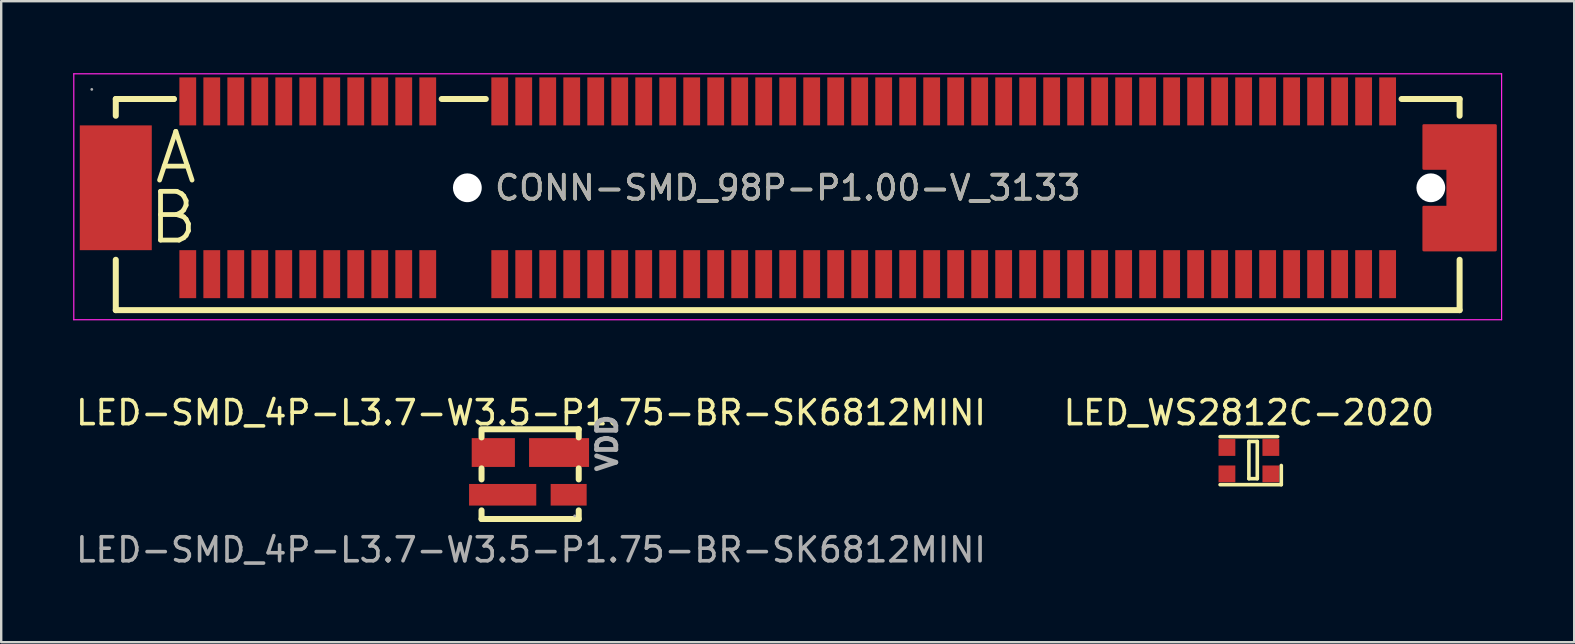
<source format=kicad_pcb>
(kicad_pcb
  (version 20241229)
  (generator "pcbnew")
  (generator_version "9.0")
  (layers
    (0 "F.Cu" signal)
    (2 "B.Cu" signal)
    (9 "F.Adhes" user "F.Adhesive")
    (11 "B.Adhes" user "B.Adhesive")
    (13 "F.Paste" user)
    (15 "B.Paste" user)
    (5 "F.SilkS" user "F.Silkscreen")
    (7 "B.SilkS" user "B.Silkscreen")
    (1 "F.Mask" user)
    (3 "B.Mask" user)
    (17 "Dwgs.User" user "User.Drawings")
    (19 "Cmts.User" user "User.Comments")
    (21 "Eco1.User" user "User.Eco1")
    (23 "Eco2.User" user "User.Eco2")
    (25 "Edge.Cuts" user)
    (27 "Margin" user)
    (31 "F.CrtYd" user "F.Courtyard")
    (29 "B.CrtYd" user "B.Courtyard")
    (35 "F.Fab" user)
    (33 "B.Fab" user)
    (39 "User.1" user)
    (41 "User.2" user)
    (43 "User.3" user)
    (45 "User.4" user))
  (footprint "CONN-SMD_98P-P1.00-V_3133"
    (layer "F.Cu")
    (at 29.775 4.775)
    (property "Reference" "CONN-SMD_98P-P1.00-V_3133" (at 0 0 0) (layer "F.SilkS") (effects (font (size 1 1) (thickness 0.15))))
    (attr smd)
    (fp_line (start -28 -3.7) (end -28 -3) (stroke (width 0.25) (type solid)) (layer "F.SilkS"))
    (fp_line (start -28 -3.7) (end -25.58 -3.7) (stroke (width 0.25) (type solid)) (layer "F.SilkS"))
    (fp_line (start -28 5.1) (end -28 3) (stroke (width 0.25) (type solid)) (layer "F.SilkS"))
    (fp_line (start -28 5.1) (end 28 5.1) (stroke (width 0.25) (type solid)) (layer "F.SilkS"))
    (fp_line (start -25.71 -3.7) (end -25.58 -3.7) (stroke (width 0.25) (type solid)) (layer "F.SilkS"))
    (fp_line (start -14.42 -3.7) (end -12.58 -3.7) (stroke (width 0.25) (type solid)) (layer "F.SilkS"))
    (fp_line (start 25.58 -3.7) (end 28 -3.7) (stroke (width 0.25) (type solid)) (layer "F.SilkS"))
    (fp_line (start 28 -3.7) (end 28 -3) (stroke (width 0.25) (type solid)) (layer "F.SilkS"))
    (fp_line (start 28 5.1) (end 28 3) (stroke (width 0.25) (type solid)) (layer "F.SilkS"))
    (fp_circle (center -13.35 0) (end -13.1 0) (stroke (width 0.5) (type solid)) (fill no) (layer "Cmts.User"))
    (fp_circle (center 26.8 0) (end 27.05 0) (stroke (width 0.5) (type solid)) (fill no) (layer "Cmts.User"))
    (fp_line (start -29.75 -4.75) (end -29.75 5.5) (stroke (width 0.05) (type default)) (layer "F.CrtYd"))
    (fp_line (start -29.75 -4.75) (end 29.75 -4.75) (stroke (width 0.05) (type default)) (layer "F.CrtYd"))
    (fp_line (start 29.75 -4.75) (end 29.75 5.5) (stroke (width 0.05) (type default)) (layer "F.CrtYd"))
    (fp_line (start 29.75 5.5) (end -29.75 5.5) (stroke (width 0.05) (type default)) (layer "F.CrtYd"))
    (fp_circle (center -29 -4.1) (end -28.97 -4.1) (stroke (width 0.06) (type solid)) (fill no) (layer "F.Fab"))
    (fp_text user "B" (at -26.75 1.25 0) (layer "F.SilkS") (effects (font (size 2.03 2.03) (thickness 0.2)) (justify left)))
    (fp_text user "A" (at -26.5 -1.25 0) (layer "F.SilkS") (effects (font (size 2.03 2.03) (thickness 0.2)) (justify left)))
    (fp_text user "${REFERENCE}" (at 0 0 0) (layer "F.Fab") (effects (font (size 1 1) (thickness 0.15))))
    (pad "" np_thru_hole circle (at -13.35 0) (size 1.2 1.2) (drill 1.2) (layers "*.Cu" "*.Mask"))
    (pad "" np_thru_hole circle (at 26.8 0) (size 1.2 1.2) (drill 1.2) (layers "*.Cu" "*.Mask"))
    (pad "50" smd rect (at -28 0) (size 3 5.2) (layers "F.Cu" "F.Mask" "F.Paste"))
    (pad "51" smd custom (at 28 0) (size 0.01 0.01) (layers "F.Cu" "F.Mask" "F.Paste") (options (anchor circle)) (primitives (gr_poly (pts (xy -1.5 -2.6) (xy 1.5 -2.6) (xy 1.5 2.6) (xy -1.5 2.6) (xy -1.5 0.8) (xy -0.5 0.8) (xy -0.5 -0.8) (xy -1.5 -0.8)) (width 0.1) (fill yes))))
    (pad "A1" smd rect (at -25 -3.6) (size 0.7 2) (layers "F.Cu" "F.Mask" "F.Paste"))
    (pad "A2" smd rect (at -24 -3.6) (size 0.7 2) (layers "F.Cu" "F.Mask" "F.Paste"))
    (pad "A3" smd rect (at -23 -3.6) (size 0.7 2) (layers "F.Cu" "F.Mask" "F.Paste"))
    (pad "A4" smd rect (at -22 -3.6) (size 0.7 2) (layers "F.Cu" "F.Mask" "F.Paste"))
    (pad "A5" smd rect (at -21 -3.6) (size 0.7 2) (layers "F.Cu" "F.Mask" "F.Paste"))
    (pad "A6" smd rect (at -20 -3.6) (size 0.7 2) (layers "F.Cu" "F.Mask" "F.Paste"))
    (pad "A7" smd rect (at -19 -3.6) (size 0.7 2) (layers "F.Cu" "F.Mask" "F.Paste"))
    (pad "A8" smd rect (at -18 -3.6) (size 0.7 2) (layers "F.Cu" "F.Mask" "F.Paste"))
    (pad "A9" smd rect (at -17 -3.6) (size 0.7 2) (layers "F.Cu" "F.Mask" "F.Paste"))
    (pad "A10" smd rect (at -16 -3.6) (size 0.7 2) (layers "F.Cu" "F.Mask" "F.Paste"))
    (pad "A11" smd rect (at -15 -3.6) (size 0.7 2) (layers "F.Cu" "F.Mask" "F.Paste"))
    (pad "A12" smd rect (at -12 -3.6) (size 0.7 2) (layers "F.Cu" "F.Mask" "F.Paste"))
    (pad "A13" smd rect (at -11 -3.6) (size 0.7 2) (layers "F.Cu" "F.Mask" "F.Paste"))
    (pad "A14" smd rect (at -10 -3.6) (size 0.7 2) (layers "F.Cu" "F.Mask" "F.Paste"))
    (pad "A15" smd rect (at -9 -3.6) (size 0.7 2) (layers "F.Cu" "F.Mask" "F.Paste"))
    (pad "A16" smd rect (at -8 -3.6) (size 0.7 2) (layers "F.Cu" "F.Mask" "F.Paste"))
    (pad "A17" smd rect (at -7 -3.6) (size 0.7 2) (layers "F.Cu" "F.Mask" "F.Paste"))
    (pad "A18" smd rect (at -6 -3.6) (size 0.7 2) (layers "F.Cu" "F.Mask" "F.Paste"))
    (pad "A19" smd rect (at -5 -3.6) (size 0.7 2) (layers "F.Cu" "F.Mask" "F.Paste"))
    (pad "A20" smd rect (at -4 -3.6) (size 0.7 2) (layers "F.Cu" "F.Mask" "F.Paste"))
    (pad "A21" smd rect (at -3 -3.6) (size 0.7 2) (layers "F.Cu" "F.Mask" "F.Paste"))
    (pad "A22" smd rect (at -2 -3.6) (size 0.7 2) (layers "F.Cu" "F.Mask" "F.Paste"))
    (pad "A23" smd rect (at -1 -3.6) (size 0.7 2) (layers "F.Cu" "F.Mask" "F.Paste"))
    (pad "A24" smd rect (at 0 -3.6) (size 0.7 2) (layers "F.Cu" "F.Mask" "F.Paste"))
    (pad "A25" smd rect (at 1 -3.6) (size 0.7 2) (layers "F.Cu" "F.Mask" "F.Paste"))
    (pad "A26" smd rect (at 2 -3.6) (size 0.7 2) (layers "F.Cu" "F.Mask" "F.Paste"))
    (pad "A27" smd rect (at 3 -3.6) (size 0.7 2) (layers "F.Cu" "F.Mask" "F.Paste"))
    (pad "A28" smd rect (at 4 -3.6) (size 0.7 2) (layers "F.Cu" "F.Mask" "F.Paste"))
    (pad "A29" smd rect (at 5 -3.6) (size 0.7 2) (layers "F.Cu" "F.Mask" "F.Paste"))
    (pad "A30" smd rect (at 6 -3.6) (size 0.7 2) (layers "F.Cu" "F.Mask" "F.Paste"))
    (pad "A31" smd rect (at 7 -3.6) (size 0.7 2) (layers "F.Cu" "F.Mask" "F.Paste"))
    (pad "A32" smd rect (at 8 -3.6) (size 0.7 2) (layers "F.Cu" "F.Mask" "F.Paste"))
    (pad "A33" smd rect (at 9 -3.6) (size 0.7 2) (layers "F.Cu" "F.Mask" "F.Paste"))
    (pad "A34" smd rect (at 10 -3.6) (size 0.7 2) (layers "F.Cu" "F.Mask" "F.Paste"))
    (pad "A35" smd rect (at 11 -3.6) (size 0.7 2) (layers "F.Cu" "F.Mask" "F.Paste"))
    (pad "A36" smd rect (at 12 -3.6) (size 0.7 2) (layers "F.Cu" "F.Mask" "F.Paste"))
    (pad "A37" smd rect (at 13 -3.6) (size 0.7 2) (layers "F.Cu" "F.Mask" "F.Paste"))
    (pad "A38" smd rect (at 14 -3.6) (size 0.7 2) (layers "F.Cu" "F.Mask" "F.Paste"))
    (pad "A39" smd rect (at 15 -3.6) (size 0.7 2) (layers "F.Cu" "F.Mask" "F.Paste"))
    (pad "A40" smd rect (at 16 -3.6) (size 0.7 2) (layers "F.Cu" "F.Mask" "F.Paste"))
    (pad "A41" smd rect (at 17 -3.6) (size 0.7 2) (layers "F.Cu" "F.Mask" "F.Paste"))
    (pad "A42" smd rect (at 18 -3.6) (size 0.7 2) (layers "F.Cu" "F.Mask" "F.Paste"))
    (pad "A43" smd rect (at 19 -3.6) (size 0.7 2) (layers "F.Cu" "F.Mask" "F.Paste"))
    (pad "A44" smd rect (at 20 -3.6) (size 0.7 2) (layers "F.Cu" "F.Mask" "F.Paste"))
    (pad "A45" smd rect (at 21 -3.6) (size 0.7 2) (layers "F.Cu" "F.Mask" "F.Paste"))
    (pad "A46" smd rect (at 22 -3.6) (size 0.7 2) (layers "F.Cu" "F.Mask" "F.Paste"))
    (pad "A47" smd rect (at 23 -3.6) (size 0.7 2) (layers "F.Cu" "F.Mask" "F.Paste"))
    (pad "A48" smd rect (at 24 -3.6) (size 0.7 2) (layers "F.Cu" "F.Mask" "F.Paste"))
    (pad "A49" smd rect (at 25 -3.6) (size 0.7 2) (layers "F.Cu" "F.Mask" "F.Paste"))
    (pad "B1" smd rect (at -25 3.6) (size 0.7 2) (layers "F.Cu" "F.Mask" "F.Paste"))
    (pad "B2" smd rect (at -24 3.6) (size 0.7 2) (layers "F.Cu" "F.Mask" "F.Paste"))
    (pad "B3" smd rect (at -23 3.6) (size 0.7 2) (layers "F.Cu" "F.Mask" "F.Paste"))
    (pad "B4" smd rect (at -22 3.6) (size 0.7 2) (layers "F.Cu" "F.Mask" "F.Paste"))
    (pad "B5" smd rect (at -21 3.6) (size 0.7 2) (layers "F.Cu" "F.Mask" "F.Paste"))
    (pad "B6" smd rect (at -20 3.6) (size 0.7 2) (layers "F.Cu" "F.Mask" "F.Paste"))
    (pad "B7" smd rect (at -19 3.6) (size 0.7 2) (layers "F.Cu" "F.Mask" "F.Paste"))
    (pad "B8" smd rect (at -18 3.6) (size 0.7 2) (layers "F.Cu" "F.Mask" "F.Paste"))
    (pad "B9" smd rect (at -17 3.6) (size 0.7 2) (layers "F.Cu" "F.Mask" "F.Paste"))
    (pad "B10" smd rect (at -16 3.6) (size 0.7 2) (layers "F.Cu" "F.Mask" "F.Paste"))
    (pad "B11" smd rect (at -15 3.6) (size 0.7 2) (layers "F.Cu" "F.Mask" "F.Paste"))
    (pad "B12" smd rect (at -12 3.6) (size 0.7 2) (layers "F.Cu" "F.Mask" "F.Paste"))
    (pad "B13" smd rect (at -11 3.6) (size 0.7 2) (layers "F.Cu" "F.Mask" "F.Paste"))
    (pad "B14" smd rect (at -10 3.6) (size 0.7 2) (layers "F.Cu" "F.Mask" "F.Paste"))
    (pad "B15" smd rect (at -9 3.6) (size 0.7 2) (layers "F.Cu" "F.Mask" "F.Paste"))
    (pad "B16" smd rect (at -8 3.6) (size 0.7 2) (layers "F.Cu" "F.Mask" "F.Paste"))
    (pad "B17" smd rect (at -7 3.6) (size 0.7 2) (layers "F.Cu" "F.Mask" "F.Paste"))
    (pad "B18" smd rect (at -6 3.6) (size 0.7 2) (layers "F.Cu" "F.Mask" "F.Paste"))
    (pad "B19" smd rect (at -5 3.6) (size 0.7 2) (layers "F.Cu" "F.Mask" "F.Paste"))
    (pad "B20" smd rect (at -4 3.6) (size 0.7 2) (layers "F.Cu" "F.Mask" "F.Paste"))
    (pad "B21" smd rect (at -3 3.6) (size 0.7 2) (layers "F.Cu" "F.Mask" "F.Paste"))
    (pad "B22" smd rect (at -2 3.6) (size 0.7 2) (layers "F.Cu" "F.Mask" "F.Paste"))
    (pad "B23" smd rect (at -1 3.6) (size 0.7 2) (layers "F.Cu" "F.Mask" "F.Paste"))
    (pad "B24" smd rect (at 0 3.6) (size 0.7 2) (layers "F.Cu" "F.Mask" "F.Paste"))
    (pad "B25" smd rect (at 1 3.6) (size 0.7 2) (layers "F.Cu" "F.Mask" "F.Paste"))
    (pad "B26" smd rect (at 2 3.6) (size 0.7 2) (layers "F.Cu" "F.Mask" "F.Paste"))
    (pad "B27" smd rect (at 3 3.6) (size 0.7 2) (layers "F.Cu" "F.Mask" "F.Paste"))
    (pad "B28" smd rect (at 4 3.6) (size 0.7 2) (layers "F.Cu" "F.Mask" "F.Paste"))
    (pad "B29" smd rect (at 5 3.6) (size 0.7 2) (layers "F.Cu" "F.Mask" "F.Paste"))
    (pad "B30" smd rect (at 6 3.6) (size 0.7 2) (layers "F.Cu" "F.Mask" "F.Paste"))
    (pad "B31" smd rect (at 7 3.6) (size 0.7 2) (layers "F.Cu" "F.Mask" "F.Paste"))
    (pad "B32" smd rect (at 8 3.6) (size 0.7 2) (layers "F.Cu" "F.Mask" "F.Paste"))
    (pad "B33" smd rect (at 9 3.6) (size 0.7 2) (layers "F.Cu" "F.Mask" "F.Paste"))
    (pad "B34" smd rect (at 10 3.6) (size 0.7 2) (layers "F.Cu" "F.Mask" "F.Paste"))
    (pad "B35" smd rect (at 11 3.6) (size 0.7 2) (layers "F.Cu" "F.Mask" "F.Paste"))
    (pad "B36" smd rect (at 12 3.6) (size 0.7 2) (layers "F.Cu" "F.Mask" "F.Paste"))
    (pad "B37" smd rect (at 13 3.6) (size 0.7 2) (layers "F.Cu" "F.Mask" "F.Paste"))
    (pad "B38" smd rect (at 14 3.6) (size 0.7 2) (layers "F.Cu" "F.Mask" "F.Paste"))
    (pad "B39" smd rect (at 15 3.6) (size 0.7 2) (layers "F.Cu" "F.Mask" "F.Paste"))
    (pad "B40" smd rect (at 16 3.6) (size 0.7 2) (layers "F.Cu" "F.Mask" "F.Paste"))
    (pad "B41" smd rect (at 17 3.6) (size 0.7 2) (layers "F.Cu" "F.Mask" "F.Paste"))
    (pad "B42" smd rect (at 18 3.6) (size 0.7 2) (layers "F.Cu" "F.Mask" "F.Paste"))
    (pad "B43" smd rect (at 19 3.6) (size 0.7 2) (layers "F.Cu" "F.Mask" "F.Paste"))
    (pad "B44" smd rect (at 20 3.6) (size 0.7 2) (layers "F.Cu" "F.Mask" "F.Paste"))
    (pad "B45" smd rect (at 21 3.6) (size 0.7 2) (layers "F.Cu" "F.Mask" "F.Paste"))
    (pad "B46" smd rect (at 22 3.6) (size 0.7 2) (layers "F.Cu" "F.Mask" "F.Paste"))
    (pad "B47" smd rect (at 23 3.6) (size 0.7 2) (layers "F.Cu" "F.Mask" "F.Paste"))
    (pad "B48" smd rect (at 24 3.6) (size 0.7 2) (layers "F.Cu" "F.Mask" "F.Paste"))
    (pad "B49" smd rect (at 25 3.6) (size 0.7 2) (layers "F.Cu" "F.Mask" "F.Paste")))
  (footprint "LED_WS2812C-2020"
    (layer "F.Cu")
    (at 48.994 16.148)
    (property "Reference" "LED_WS2812C-2020" (at 0 -2 0) (layer "F.SilkS") (effects (font (size 1 1) (thickness 0.15))))
    (attr smd)
    (fp_line (start -1.2 -1) (end 1.2 -1) (stroke (width 0.15) (type solid)) (layer "F.SilkS"))
    (fp_line (start -1.2 1) (end 1.35 1) (stroke (width 0.15) (type solid)) (layer "F.SilkS"))
    (fp_line (start 0 -0.8) (end 0 0.75) (stroke (width 0.15) (type solid)) (layer "F.SilkS"))
    (fp_line (start 0 0.75) (end 0.35 0.75) (stroke (width 0.15) (type solid)) (layer "F.SilkS"))
    (fp_line (start 0.35 -0.8) (end 0 -0.8) (stroke (width 0.15) (type solid)) (layer "F.SilkS"))
    (fp_line (start 0.35 0.75) (end 0.35 -0.8) (stroke (width 0.15) (type solid)) (layer "F.SilkS"))
    (fp_line (start 1.35 1) (end 1.35 0.2) (stroke (width 0.15) (type solid)) (layer "F.SilkS"))
    (pad "1" smd rect (at 0.915 0.55) (size 0.7 0.7) (layers "F.Cu" "F.Mask" "F.Paste"))
    (pad "2" smd rect (at 0.915 -0.55) (size 0.7 0.7) (layers "F.Cu" "F.Mask" "F.Paste"))
    (pad "3" smd rect (at -0.915 -0.55) (size 0.7 0.7) (layers "F.Cu" "F.Mask" "F.Paste"))
    (pad "4" smd rect (at -0.915 0.55) (size 0.7 0.7) (layers "F.Cu" "F.Mask" "F.Paste")))
  (footprint "LED-SMD_4P-L3.7-W3.5-P1.75-BR-SK6812MINI"
    (layer "F.Cu")
    (at 19.077 16.688)
    (property "Reference" "LED-SMD_4P-L3.7-W3.5-P1.75-BR-SK6812MINI" (at 0 -2.54 0) (layer "F.SilkS") (effects (font (size 1 1) (thickness 0.15))))
    (attr smd)
    (fp_line (start -2.06 -1.51) (end -2.06 -1.85) (stroke (width 0.25) (type solid)) (layer "F.SilkS"))
    (fp_line (start -2.06 0.24) (end -2.06 -0.22) (stroke (width 0.25) (type solid)) (layer "F.SilkS"))
    (fp_line (start -2.06 1.89) (end -2.06 1.53) (stroke (width 0.25) (type solid)) (layer "F.SilkS"))
    (fp_line (start -1.96 -1.85) (end 1.99 -1.85) (stroke (width 0.25) (type solid)) (layer "F.SilkS"))
    (fp_line (start 1.99 -1.85) (end 1.99 -1.51) (stroke (width 0.25) (type solid)) (layer "F.SilkS"))
    (fp_line (start 1.99 -0.22) (end 1.99 0.24) (stroke (width 0.25) (type solid)) (layer "F.SilkS"))
    (fp_line (start 1.99 1.53) (end 1.99 1.89) (stroke (width 0.25) (type solid)) (layer "F.SilkS"))
    (fp_line (start 1.99 1.89) (end -2.06 1.89) (stroke (width 0.25) (type solid)) (layer "F.SilkS"))
    (fp_circle (center 1.82 1.76) (end 1.85 1.76) (stroke (width 0.06) (type solid)) (fill no) (layer "F.Fab"))
    (fp_text user "VDD" (at 3.175 0 90) (layer "F.Fab") (effects (font (size 0.8 0.8) (thickness 0.2)) (justify left)))
    (fp_text user "${REFERENCE}" (at 0 3.175 0) (layer "F.Fab") (effects (font (size 1 1) (thickness 0.15))))
    (pad "1" smd rect (at 1.57 0.88 180) (size 1.5 0.9) (layers "F.Cu" "F.Mask" "F.Paste"))
    (pad "2" smd rect (at 1.17 -0.88 180) (size 2.5 1.2) (layers "F.Cu" "F.Mask" "F.Paste"))
    (pad "3" smd rect (at -1.57 -0.88 180) (size 1.8 1.2) (layers "F.Cu" "F.Mask" "F.Paste"))
    (pad "4" smd rect (at -1.18 0.88 180) (size 2.8 0.9) (layers "F.Cu" "F.Mask" "F.Paste")))
  (gr_rect
    (start -3 -3)
    (end 62.55 23.712)
    (stroke (width 0.1) (type default))
    (fill no)
    (layer "Edge.Cuts")))
</source>
